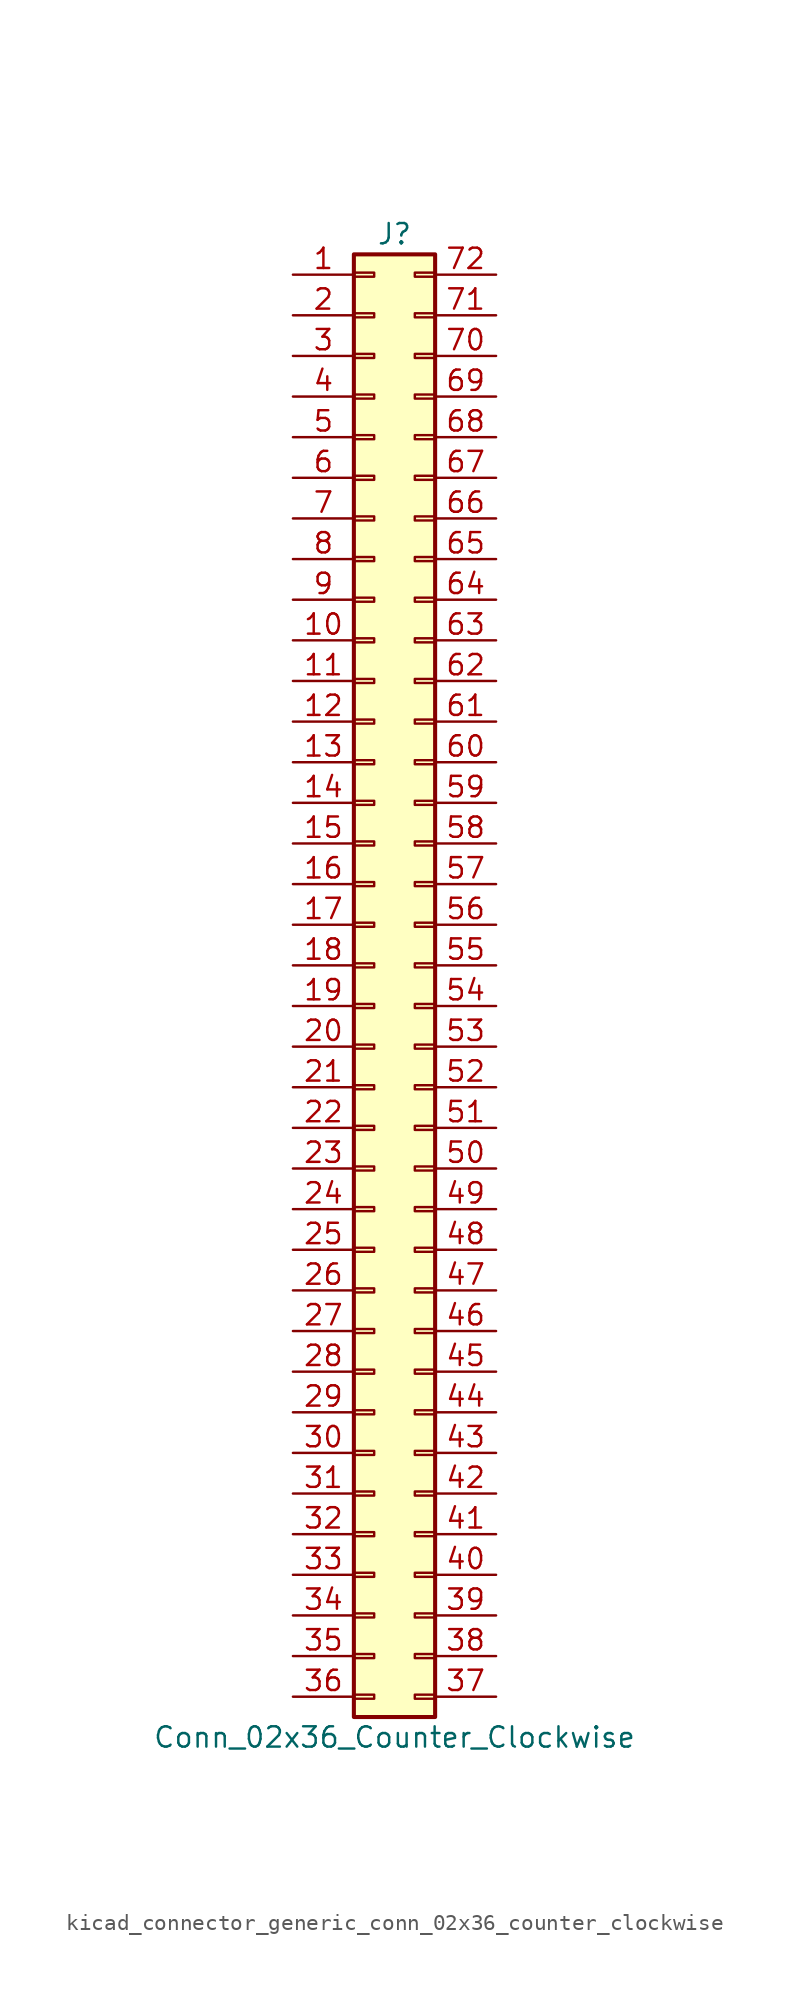
<source format=kicad_sym>
(kicad_symbol_lib
  (version 20220914)
  (generator kicad_symbol_editor)
  (symbol "kicad_connector_generic_conn_02x36_counter_clockwise"
    (pin_names
      (offset 1.016) hide)
    (property "Reference" "J"
      (at 1.27 45.72 0)
      (effects (font (size 1.27 1.27))))
    (property "Value" "Conn_02x36_Counter_Clockwise"
      (at 1.27 -48.26 0)
      (effects (font (size 1.27 1.27))))
    (symbol "kicad_connector_generic_conn_02x36_counter_clockwise_1_1"
      (rectangle (start -1.27 -45.593) (end 0 -45.847) (stroke (width 0.152) (type default)) (fill (type none)))
      (rectangle (start -1.27 -43.053) (end 0 -43.307) (stroke (width 0.152) (type default)) (fill (type none)))
      (rectangle (start -1.27 -40.513) (end 0 -40.767) (stroke (width 0.152) (type default)) (fill (type none)))
      (rectangle (start -1.27 -37.973) (end 0 -38.227) (stroke (width 0.152) (type default)) (fill (type none)))
      (rectangle (start -1.27 -35.433) (end 0 -35.687) (stroke (width 0.152) (type default)) (fill (type none)))
      (rectangle (start -1.27 -32.893) (end 0 -33.147) (stroke (width 0.152) (type default)) (fill (type none)))
      (rectangle (start -1.27 -30.353) (end 0 -30.607) (stroke (width 0.152) (type default)) (fill (type none)))
      (rectangle (start -1.27 -27.813) (end 0 -28.067) (stroke (width 0.152) (type default)) (fill (type none)))
      (rectangle (start -1.27 -25.273) (end 0 -25.527) (stroke (width 0.152) (type default)) (fill (type none)))
      (rectangle (start -1.27 -22.733) (end 0 -22.987) (stroke (width 0.152) (type default)) (fill (type none)))
      (rectangle (start -1.27 -20.193) (end 0 -20.447) (stroke (width 0.152) (type default)) (fill (type none)))
      (rectangle (start -1.27 -17.653) (end 0 -17.907) (stroke (width 0.152) (type default)) (fill (type none)))
      (rectangle (start -1.27 -15.113) (end 0 -15.367) (stroke (width 0.152) (type default)) (fill (type none)))
      (rectangle (start -1.27 -12.573) (end 0 -12.827) (stroke (width 0.152) (type default)) (fill (type none)))
      (rectangle (start -1.27 -10.033) (end 0 -10.287) (stroke (width 0.152) (type default)) (fill (type none)))
      (rectangle (start -1.27 -7.493) (end 0 -7.747) (stroke (width 0.152) (type default)) (fill (type none)))
      (rectangle (start -1.27 -4.953) (end 0 -5.207) (stroke (width 0.152) (type default)) (fill (type none)))
      (rectangle (start -1.27 -2.413) (end 0 -2.667) (stroke (width 0.152) (type default)) (fill (type none)))
      (rectangle (start -1.27 0.127) (end 0 -0.127) (stroke (width 0.152) (type default)) (fill (type none)))
      (rectangle (start -1.27 2.667) (end 0 2.413) (stroke (width 0.152) (type default)) (fill (type none)))
      (rectangle (start -1.27 5.207) (end 0 4.953) (stroke (width 0.152) (type default)) (fill (type none)))
      (rectangle (start -1.27 7.747) (end 0 7.493) (stroke (width 0.152) (type default)) (fill (type none)))
      (rectangle (start -1.27 10.287) (end 0 10.033) (stroke (width 0.152) (type default)) (fill (type none)))
      (rectangle (start -1.27 12.827) (end 0 12.573) (stroke (width 0.152) (type default)) (fill (type none)))
      (rectangle (start -1.27 15.367) (end 0 15.113) (stroke (width 0.152) (type default)) (fill (type none)))
      (rectangle (start -1.27 17.907) (end 0 17.653) (stroke (width 0.152) (type default)) (fill (type none)))
      (rectangle (start -1.27 20.447) (end 0 20.193) (stroke (width 0.152) (type default)) (fill (type none)))
      (rectangle (start -1.27 22.987) (end 0 22.733) (stroke (width 0.152) (type default)) (fill (type none)))
      (rectangle (start -1.27 25.527) (end 0 25.273) (stroke (width 0.152) (type default)) (fill (type none)))
      (rectangle (start -1.27 28.067) (end 0 27.813) (stroke (width 0.152) (type default)) (fill (type none)))
      (rectangle (start -1.27 30.607) (end 0 30.353) (stroke (width 0.152) (type default)) (fill (type none)))
      (rectangle (start -1.27 33.147) (end 0 32.893) (stroke (width 0.152) (type default)) (fill (type none)))
      (rectangle (start -1.27 35.687) (end 0 35.433) (stroke (width 0.152) (type default)) (fill (type none)))
      (rectangle (start -1.27 38.227) (end 0 37.973) (stroke (width 0.152) (type default)) (fill (type none)))
      (rectangle (start -1.27 40.767) (end 0 40.513) (stroke (width 0.152) (type default)) (fill (type none)))
      (rectangle (start -1.27 43.307) (end 0 43.053) (stroke (width 0.152) (type default)) (fill (type none)))
      (rectangle (start -1.27 44.45) (end 3.81 -46.99) (stroke (width 0.254) (type default)) (fill (type background)))
      (rectangle (start 3.81 -45.593) (end 2.54 -45.847) (stroke (width 0.152) (type default)) (fill (type none)))
      (rectangle (start 3.81 -43.053) (end 2.54 -43.307) (stroke (width 0.152) (type default)) (fill (type none)))
      (rectangle (start 3.81 -40.513) (end 2.54 -40.767) (stroke (width 0.152) (type default)) (fill (type none)))
      (rectangle (start 3.81 -37.973) (end 2.54 -38.227) (stroke (width 0.152) (type default)) (fill (type none)))
      (rectangle (start 3.81 -35.433) (end 2.54 -35.687) (stroke (width 0.152) (type default)) (fill (type none)))
      (rectangle (start 3.81 -32.893) (end 2.54 -33.147) (stroke (width 0.152) (type default)) (fill (type none)))
      (rectangle (start 3.81 -30.353) (end 2.54 -30.607) (stroke (width 0.152) (type default)) (fill (type none)))
      (rectangle (start 3.81 -27.813) (end 2.54 -28.067) (stroke (width 0.152) (type default)) (fill (type none)))
      (rectangle (start 3.81 -25.273) (end 2.54 -25.527) (stroke (width 0.152) (type default)) (fill (type none)))
      (rectangle (start 3.81 -22.733) (end 2.54 -22.987) (stroke (width 0.152) (type default)) (fill (type none)))
      (rectangle (start 3.81 -20.193) (end 2.54 -20.447) (stroke (width 0.152) (type default)) (fill (type none)))
      (rectangle (start 3.81 -17.653) (end 2.54 -17.907) (stroke (width 0.152) (type default)) (fill (type none)))
      (rectangle (start 3.81 -15.113) (end 2.54 -15.367) (stroke (width 0.152) (type default)) (fill (type none)))
      (rectangle (start 3.81 -12.573) (end 2.54 -12.827) (stroke (width 0.152) (type default)) (fill (type none)))
      (rectangle (start 3.81 -10.033) (end 2.54 -10.287) (stroke (width 0.152) (type default)) (fill (type none)))
      (rectangle (start 3.81 -7.493) (end 2.54 -7.747) (stroke (width 0.152) (type default)) (fill (type none)))
      (rectangle (start 3.81 -4.953) (end 2.54 -5.207) (stroke (width 0.152) (type default)) (fill (type none)))
      (rectangle (start 3.81 -2.413) (end 2.54 -2.667) (stroke (width 0.152) (type default)) (fill (type none)))
      (rectangle (start 3.81 0.127) (end 2.54 -0.127) (stroke (width 0.152) (type default)) (fill (type none)))
      (rectangle (start 3.81 2.667) (end 2.54 2.413) (stroke (width 0.152) (type default)) (fill (type none)))
      (rectangle (start 3.81 5.207) (end 2.54 4.953) (stroke (width 0.152) (type default)) (fill (type none)))
      (rectangle (start 3.81 7.747) (end 2.54 7.493) (stroke (width 0.152) (type default)) (fill (type none)))
      (rectangle (start 3.81 10.287) (end 2.54 10.033) (stroke (width 0.152) (type default)) (fill (type none)))
      (rectangle (start 3.81 12.827) (end 2.54 12.573) (stroke (width 0.152) (type default)) (fill (type none)))
      (rectangle (start 3.81 15.367) (end 2.54 15.113) (stroke (width 0.152) (type default)) (fill (type none)))
      (rectangle (start 3.81 17.907) (end 2.54 17.653) (stroke (width 0.152) (type default)) (fill (type none)))
      (rectangle (start 3.81 20.447) (end 2.54 20.193) (stroke (width 0.152) (type default)) (fill (type none)))
      (rectangle (start 3.81 22.987) (end 2.54 22.733) (stroke (width 0.152) (type default)) (fill (type none)))
      (rectangle (start 3.81 25.527) (end 2.54 25.273) (stroke (width 0.152) (type default)) (fill (type none)))
      (rectangle (start 3.81 28.067) (end 2.54 27.813) (stroke (width 0.152) (type default)) (fill (type none)))
      (rectangle (start 3.81 30.607) (end 2.54 30.353) (stroke (width 0.152) (type default)) (fill (type none)))
      (rectangle (start 3.81 33.147) (end 2.54 32.893) (stroke (width 0.152) (type default)) (fill (type none)))
      (rectangle (start 3.81 35.687) (end 2.54 35.433) (stroke (width 0.152) (type default)) (fill (type none)))
      (rectangle (start 3.81 38.227) (end 2.54 37.973) (stroke (width 0.152) (type default)) (fill (type none)))
      (rectangle (start 3.81 40.767) (end 2.54 40.513) (stroke (width 0.152) (type default)) (fill (type none)))
      (rectangle (start 3.81 43.307) (end 2.54 43.053) (stroke (width 0.152) (type default)) (fill (type none)))
      (pin passive line (at -5.08 43.18 0) (length 3.81) (name "Pin_1" (effects (font (size 1.27 1.27)))) (number "1" (effects (font (size 1.27 1.27)))))
      (pin passive line (at -5.08 20.32 0) (length 3.81) (name "Pin_10" (effects (font (size 1.27 1.27)))) (number "10" (effects (font (size 1.27 1.27)))))
      (pin passive line (at -5.08 17.78 0) (length 3.81) (name "Pin_11" (effects (font (size 1.27 1.27)))) (number "11" (effects (font (size 1.27 1.27)))))
      (pin passive line (at -5.08 15.24 0) (length 3.81) (name "Pin_12" (effects (font (size 1.27 1.27)))) (number "12" (effects (font (size 1.27 1.27)))))
      (pin passive line (at -5.08 12.7 0) (length 3.81) (name "Pin_13" (effects (font (size 1.27 1.27)))) (number "13" (effects (font (size 1.27 1.27)))))
      (pin passive line (at -5.08 10.16 0) (length 3.81) (name "Pin_14" (effects (font (size 1.27 1.27)))) (number "14" (effects (font (size 1.27 1.27)))))
      (pin passive line (at -5.08 7.62 0) (length 3.81) (name "Pin_15" (effects (font (size 1.27 1.27)))) (number "15" (effects (font (size 1.27 1.27)))))
      (pin passive line (at -5.08 5.08 0) (length 3.81) (name "Pin_16" (effects (font (size 1.27 1.27)))) (number "16" (effects (font (size 1.27 1.27)))))
      (pin passive line (at -5.08 2.54 0) (length 3.81) (name "Pin_17" (effects (font (size 1.27 1.27)))) (number "17" (effects (font (size 1.27 1.27)))))
      (pin passive line (at -5.08 0 0) (length 3.81) (name "Pin_18" (effects (font (size 1.27 1.27)))) (number "18" (effects (font (size 1.27 1.27)))))
      (pin passive line (at -5.08 -2.54 0) (length 3.81) (name "Pin_19" (effects (font (size 1.27 1.27)))) (number "19" (effects (font (size 1.27 1.27)))))
      (pin passive line (at -5.08 40.64 0) (length 3.81) (name "Pin_2" (effects (font (size 1.27 1.27)))) (number "2" (effects (font (size 1.27 1.27)))))
      (pin passive line (at -5.08 -5.08 0) (length 3.81) (name "Pin_20" (effects (font (size 1.27 1.27)))) (number "20" (effects (font (size 1.27 1.27)))))
      (pin passive line (at -5.08 -7.62 0) (length 3.81) (name "Pin_21" (effects (font (size 1.27 1.27)))) (number "21" (effects (font (size 1.27 1.27)))))
      (pin passive line (at -5.08 -10.16 0) (length 3.81) (name "Pin_22" (effects (font (size 1.27 1.27)))) (number "22" (effects (font (size 1.27 1.27)))))
      (pin passive line (at -5.08 -12.7 0) (length 3.81) (name "Pin_23" (effects (font (size 1.27 1.27)))) (number "23" (effects (font (size 1.27 1.27)))))
      (pin passive line (at -5.08 -15.24 0) (length 3.81) (name "Pin_24" (effects (font (size 1.27 1.27)))) (number "24" (effects (font (size 1.27 1.27)))))
      (pin passive line (at -5.08 -17.78 0) (length 3.81) (name "Pin_25" (effects (font (size 1.27 1.27)))) (number "25" (effects (font (size 1.27 1.27)))))
      (pin passive line (at -5.08 -20.32 0) (length 3.81) (name "Pin_26" (effects (font (size 1.27 1.27)))) (number "26" (effects (font (size 1.27 1.27)))))
      (pin passive line (at -5.08 -22.86 0) (length 3.81) (name "Pin_27" (effects (font (size 1.27 1.27)))) (number "27" (effects (font (size 1.27 1.27)))))
      (pin passive line (at -5.08 -25.4 0) (length 3.81) (name "Pin_28" (effects (font (size 1.27 1.27)))) (number "28" (effects (font (size 1.27 1.27)))))
      (pin passive line (at -5.08 -27.94 0) (length 3.81) (name "Pin_29" (effects (font (size 1.27 1.27)))) (number "29" (effects (font (size 1.27 1.27)))))
      (pin passive line (at -5.08 38.1 0) (length 3.81) (name "Pin_3" (effects (font (size 1.27 1.27)))) (number "3" (effects (font (size 1.27 1.27)))))
      (pin passive line (at -5.08 -30.48 0) (length 3.81) (name "Pin_30" (effects (font (size 1.27 1.27)))) (number "30" (effects (font (size 1.27 1.27)))))
      (pin passive line (at -5.08 -33.02 0) (length 3.81) (name "Pin_31" (effects (font (size 1.27 1.27)))) (number "31" (effects (font (size 1.27 1.27)))))
      (pin passive line (at -5.08 -35.56 0) (length 3.81) (name "Pin_32" (effects (font (size 1.27 1.27)))) (number "32" (effects (font (size 1.27 1.27)))))
      (pin passive line (at -5.08 -38.1 0) (length 3.81) (name "Pin_33" (effects (font (size 1.27 1.27)))) (number "33" (effects (font (size 1.27 1.27)))))
      (pin passive line (at -5.08 -40.64 0) (length 3.81) (name "Pin_34" (effects (font (size 1.27 1.27)))) (number "34" (effects (font (size 1.27 1.27)))))
      (pin passive line (at -5.08 -43.18 0) (length 3.81) (name "Pin_35" (effects (font (size 1.27 1.27)))) (number "35" (effects (font (size 1.27 1.27)))))
      (pin passive line (at -5.08 -45.72 0) (length 3.81) (name "Pin_36" (effects (font (size 1.27 1.27)))) (number "36" (effects (font (size 1.27 1.27)))))
      (pin passive line (at 7.62 -45.72 180) (length 3.81) (name "Pin_37" (effects (font (size 1.27 1.27)))) (number "37" (effects (font (size 1.27 1.27)))))
      (pin passive line (at 7.62 -43.18 180) (length 3.81) (name "Pin_38" (effects (font (size 1.27 1.27)))) (number "38" (effects (font (size 1.27 1.27)))))
      (pin passive line (at 7.62 -40.64 180) (length 3.81) (name "Pin_39" (effects (font (size 1.27 1.27)))) (number "39" (effects (font (size 1.27 1.27)))))
      (pin passive line (at -5.08 35.56 0) (length 3.81) (name "Pin_4" (effects (font (size 1.27 1.27)))) (number "4" (effects (font (size 1.27 1.27)))))
      (pin passive line (at 7.62 -38.1 180) (length 3.81) (name "Pin_40" (effects (font (size 1.27 1.27)))) (number "40" (effects (font (size 1.27 1.27)))))
      (pin passive line (at 7.62 -35.56 180) (length 3.81) (name "Pin_41" (effects (font (size 1.27 1.27)))) (number "41" (effects (font (size 1.27 1.27)))))
      (pin passive line (at 7.62 -33.02 180) (length 3.81) (name "Pin_42" (effects (font (size 1.27 1.27)))) (number "42" (effects (font (size 1.27 1.27)))))
      (pin passive line (at 7.62 -30.48 180) (length 3.81) (name "Pin_43" (effects (font (size 1.27 1.27)))) (number "43" (effects (font (size 1.27 1.27)))))
      (pin passive line (at 7.62 -27.94 180) (length 3.81) (name "Pin_44" (effects (font (size 1.27 1.27)))) (number "44" (effects (font (size 1.27 1.27)))))
      (pin passive line (at 7.62 -25.4 180) (length 3.81) (name "Pin_45" (effects (font (size 1.27 1.27)))) (number "45" (effects (font (size 1.27 1.27)))))
      (pin passive line (at 7.62 -22.86 180) (length 3.81) (name "Pin_46" (effects (font (size 1.27 1.27)))) (number "46" (effects (font (size 1.27 1.27)))))
      (pin passive line (at 7.62 -20.32 180) (length 3.81) (name "Pin_47" (effects (font (size 1.27 1.27)))) (number "47" (effects (font (size 1.27 1.27)))))
      (pin passive line (at 7.62 -17.78 180) (length 3.81) (name "Pin_48" (effects (font (size 1.27 1.27)))) (number "48" (effects (font (size 1.27 1.27)))))
      (pin passive line (at 7.62 -15.24 180) (length 3.81) (name "Pin_49" (effects (font (size 1.27 1.27)))) (number "49" (effects (font (size 1.27 1.27)))))
      (pin passive line (at -5.08 33.02 0) (length 3.81) (name "Pin_5" (effects (font (size 1.27 1.27)))) (number "5" (effects (font (size 1.27 1.27)))))
      (pin passive line (at 7.62 -12.7 180) (length 3.81) (name "Pin_50" (effects (font (size 1.27 1.27)))) (number "50" (effects (font (size 1.27 1.27)))))
      (pin passive line (at 7.62 -10.16 180) (length 3.81) (name "Pin_51" (effects (font (size 1.27 1.27)))) (number "51" (effects (font (size 1.27 1.27)))))
      (pin passive line (at 7.62 -7.62 180) (length 3.81) (name "Pin_52" (effects (font (size 1.27 1.27)))) (number "52" (effects (font (size 1.27 1.27)))))
      (pin passive line (at 7.62 -5.08 180) (length 3.81) (name "Pin_53" (effects (font (size 1.27 1.27)))) (number "53" (effects (font (size 1.27 1.27)))))
      (pin passive line (at 7.62 -2.54 180) (length 3.81) (name "Pin_54" (effects (font (size 1.27 1.27)))) (number "54" (effects (font (size 1.27 1.27)))))
      (pin passive line (at 7.62 0 180) (length 3.81) (name "Pin_55" (effects (font (size 1.27 1.27)))) (number "55" (effects (font (size 1.27 1.27)))))
      (pin passive line (at 7.62 2.54 180) (length 3.81) (name "Pin_56" (effects (font (size 1.27 1.27)))) (number "56" (effects (font (size 1.27 1.27)))))
      (pin passive line (at 7.62 5.08 180) (length 3.81) (name "Pin_57" (effects (font (size 1.27 1.27)))) (number "57" (effects (font (size 1.27 1.27)))))
      (pin passive line (at 7.62 7.62 180) (length 3.81) (name "Pin_58" (effects (font (size 1.27 1.27)))) (number "58" (effects (font (size 1.27 1.27)))))
      (pin passive line (at 7.62 10.16 180) (length 3.81) (name "Pin_59" (effects (font (size 1.27 1.27)))) (number "59" (effects (font (size 1.27 1.27)))))
      (pin passive line (at -5.08 30.48 0) (length 3.81) (name "Pin_6" (effects (font (size 1.27 1.27)))) (number "6" (effects (font (size 1.27 1.27)))))
      (pin passive line (at 7.62 12.7 180) (length 3.81) (name "Pin_60" (effects (font (size 1.27 1.27)))) (number "60" (effects (font (size 1.27 1.27)))))
      (pin passive line (at 7.62 15.24 180) (length 3.81) (name "Pin_61" (effects (font (size 1.27 1.27)))) (number "61" (effects (font (size 1.27 1.27)))))
      (pin passive line (at 7.62 17.78 180) (length 3.81) (name "Pin_62" (effects (font (size 1.27 1.27)))) (number "62" (effects (font (size 1.27 1.27)))))
      (pin passive line (at 7.62 20.32 180) (length 3.81) (name "Pin_63" (effects (font (size 1.27 1.27)))) (number "63" (effects (font (size 1.27 1.27)))))
      (pin passive line (at 7.62 22.86 180) (length 3.81) (name "Pin_64" (effects (font (size 1.27 1.27)))) (number "64" (effects (font (size 1.27 1.27)))))
      (pin passive line (at 7.62 25.4 180) (length 3.81) (name "Pin_65" (effects (font (size 1.27 1.27)))) (number "65" (effects (font (size 1.27 1.27)))))
      (pin passive line (at 7.62 27.94 180) (length 3.81) (name "Pin_66" (effects (font (size 1.27 1.27)))) (number "66" (effects (font (size 1.27 1.27)))))
      (pin passive line (at 7.62 30.48 180) (length 3.81) (name "Pin_67" (effects (font (size 1.27 1.27)))) (number "67" (effects (font (size 1.27 1.27)))))
      (pin passive line (at 7.62 33.02 180) (length 3.81) (name "Pin_68" (effects (font (size 1.27 1.27)))) (number "68" (effects (font (size 1.27 1.27)))))
      (pin passive line (at 7.62 35.56 180) (length 3.81) (name "Pin_69" (effects (font (size 1.27 1.27)))) (number "69" (effects (font (size 1.27 1.27)))))
      (pin passive line (at -5.08 27.94 0) (length 3.81) (name "Pin_7" (effects (font (size 1.27 1.27)))) (number "7" (effects (font (size 1.27 1.27)))))
      (pin passive line (at 7.62 38.1 180) (length 3.81) (name "Pin_70" (effects (font (size 1.27 1.27)))) (number "70" (effects (font (size 1.27 1.27)))))
      (pin passive line (at 7.62 40.64 180) (length 3.81) (name "Pin_71" (effects (font (size 1.27 1.27)))) (number "71" (effects (font (size 1.27 1.27)))))
      (pin passive line (at 7.62 43.18 180) (length 3.81) (name "Pin_72" (effects (font (size 1.27 1.27)))) (number "72" (effects (font (size 1.27 1.27)))))
      (pin passive line (at -5.08 25.4 0) (length 3.81) (name "Pin_8" (effects (font (size 1.27 1.27)))) (number "8" (effects (font (size 1.27 1.27)))))
      (pin passive line (at -5.08 22.86 0) (length 3.81) (name "Pin_9" (effects (font (size 1.27 1.27)))) (number "9" (effects (font (size 1.27 1.27))))))))
</source>
